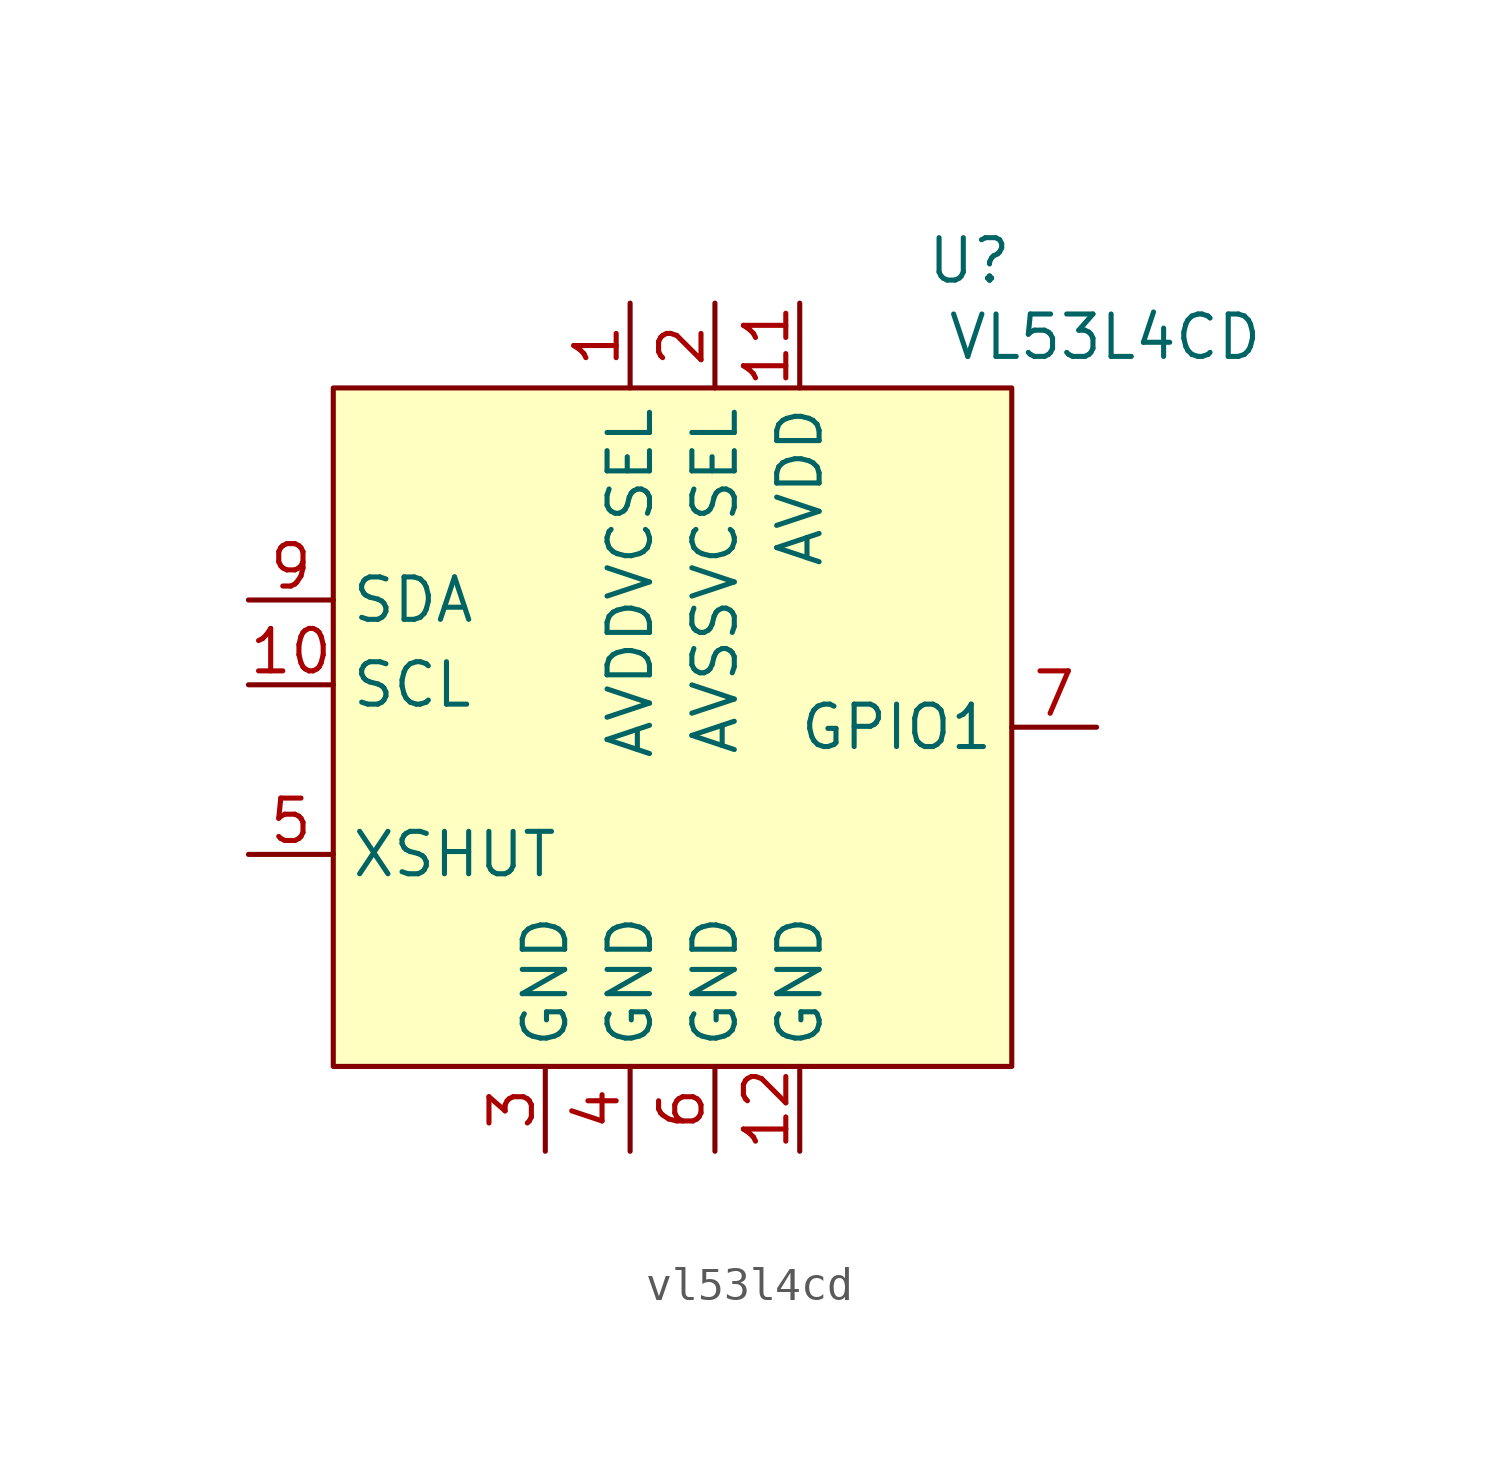
<source format=kicad_sym>
(kicad_symbol_lib
  (version 20241209)
  (generator "kicad_symbol_editor")
  (generator_version "9.0")
  (symbol "vl53l4cd"
    (property "Reference" "U"
      (at 8.89 13.97 0)
      (effects (font (size 1.27 1.27))))
    (property "Value" "VL53L4CD"
      (at 12.954 11.684 0)
      (effects (font (size 1.27 1.27))))
    (symbol "vl53l4cd_0_0"
      (pin input line (at -12.7 -3.81 0) (length 2.54) (name "XSHUT" (effects (font (size 1.27 1.27)))) (number "5" (effects (font (size 1.27 1.27)))))
      (pin power_in line (at -3.81 -12.7 90) (length 2.54) (name "GND" (effects (font (size 1.27 1.27)))) (number "3" (effects (font (size 1.27 1.27)))))
      (pin power_in line (at -1.27 12.7 270) (length 2.54) (name "AVDDVCSEL" (effects (font (size 1.27 1.27)))) (number "1" (effects (font (size 1.27 1.27)))))
      (pin power_in line (at -1.27 -12.7 90) (length 2.54) (name "GND" (effects (font (size 1.27 1.27)))) (number "4" (effects (font (size 1.27 1.27)))))
      (pin power_in line (at 1.27 12.7 270) (length 2.54) (name "AVSSVCSEL" (effects (font (size 1.27 1.27)))) (number "2" (effects (font (size 1.27 1.27)))))
      (pin power_in line (at 1.27 -12.7 90) (length 2.54) (name "GND" (effects (font (size 1.27 1.27)))) (number "6" (effects (font (size 1.27 1.27)))))
      (pin power_in line (at 3.81 12.7 270) (length 2.54) (name "AVDD" (effects (font (size 1.27 1.27)))) (number "11" (effects (font (size 1.27 1.27)))))
      (pin power_in line (at 3.81 -12.7 90) (length 2.54) (name "GND" (effects (font (size 1.27 1.27)))) (number "12" (effects (font (size 1.27 1.27)))))
      (pin output line (at 12.7 0 180) (length 2.54) (name "GPIO1" (effects (font (size 1.27 1.27)))) (number "7" (effects (font (size 1.27 1.27))))))
    (symbol "vl53l4cd_1_0"
      (pin input line (at -12.7 3.81 0) (length 2.54) (name "SDA" (effects (font (size 1.27 1.27)))) (number "9" (effects (font (size 1.27 1.27)))))
      (pin input line (at -12.7 1.27 0) (length 2.54) (name "SCL" (effects (font (size 1.27 1.27)))) (number "10" (effects (font (size 1.27 1.27)))))
      (pin no_connect line (at 6.35 -12.7 90) (length 2.54) (hide yes) (name "DNC" (effects (font (size 1.27 1.27)))) (number "8" (effects (font (size 1.27 1.27))))))
    (symbol "vl53l4cd_1_1"
      (rectangle (start -10.16 10.16) (end 10.16 -10.16) (stroke (width 0) (type default)) (fill (type background))))))
</source>
